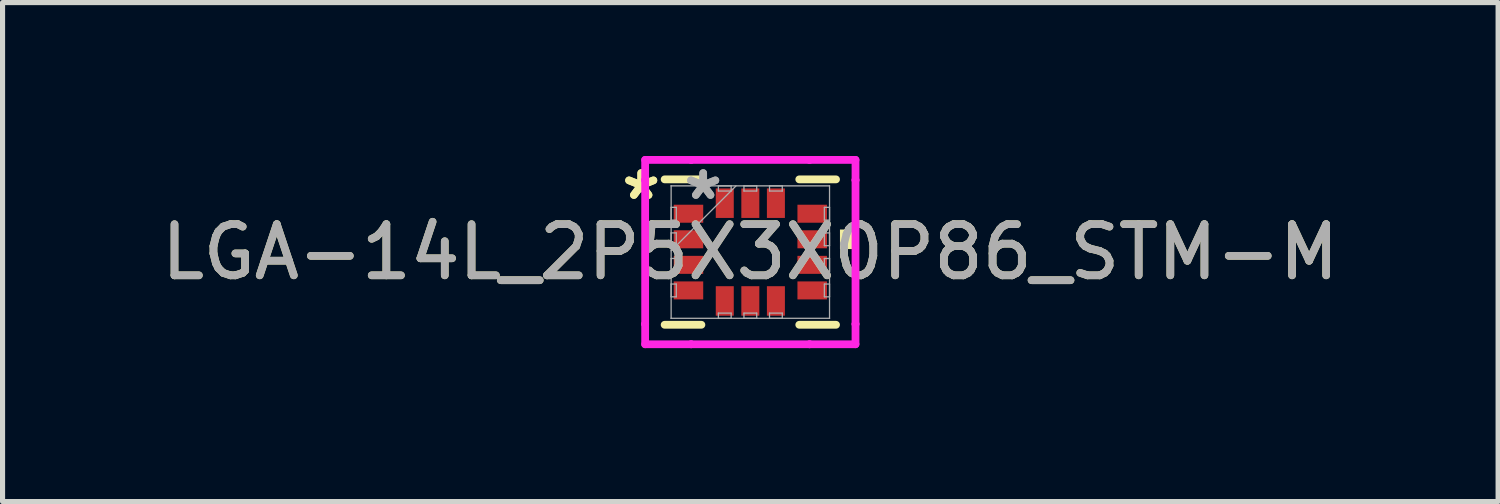
<source format=kicad_pcb>
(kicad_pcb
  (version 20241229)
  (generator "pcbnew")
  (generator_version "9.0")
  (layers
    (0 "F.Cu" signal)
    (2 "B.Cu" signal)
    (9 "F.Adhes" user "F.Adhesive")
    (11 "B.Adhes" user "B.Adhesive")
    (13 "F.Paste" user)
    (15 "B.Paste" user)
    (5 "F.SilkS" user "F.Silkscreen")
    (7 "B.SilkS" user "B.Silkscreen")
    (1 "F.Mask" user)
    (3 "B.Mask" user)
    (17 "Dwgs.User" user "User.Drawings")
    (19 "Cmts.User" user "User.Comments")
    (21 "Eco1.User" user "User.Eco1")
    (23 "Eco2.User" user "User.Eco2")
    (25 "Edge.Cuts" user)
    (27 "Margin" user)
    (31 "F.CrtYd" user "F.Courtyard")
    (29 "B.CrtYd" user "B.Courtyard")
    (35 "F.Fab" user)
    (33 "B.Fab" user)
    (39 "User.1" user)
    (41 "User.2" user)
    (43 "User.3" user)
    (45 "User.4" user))
  (footprint "LGA-14L_2P5X3X0P86_STM-M"
    (layer "F.Cu")
    (at 11.625 1.88)
    (property "Reference" "LGA-14L_2P5X3X0P86_STM-M" (at 0 0 0) (unlocked yes) (layer "F.SilkS") (effects (font (size 1 1) (thickness 0.15))))
    (attr smd)
    (fp_line (start -1.676 1.422) (end -0.957 1.422) (stroke (width 0.152) (type solid)) (layer "F.SilkS"))
    (fp_line (start -0.957 -1.422) (end -1.676 -1.422) (stroke (width 0.152) (type solid)) (layer "F.SilkS"))
    (fp_line (start 0.957 1.422) (end 1.676 1.422) (stroke (width 0.152) (type solid)) (layer "F.SilkS"))
    (fp_line (start 1.676 -1.422) (end 0.957 -1.422) (stroke (width 0.152) (type solid)) (layer "F.SilkS"))
    (fp_poly (pts (xy 2.007 -0.441) (xy 2.007 -0.059) (xy 1.753 -0.059) (xy 1.753 -0.441)) (stroke (width 0) (type solid)) (fill yes) (layer "F.SilkS"))
    (fp_line (start -2.057 -1.803) (end -1.158 -1.803) (stroke (width 0.152) (type solid)) (layer "F.CrtYd"))
    (fp_line (start -2.057 -1.408) (end -2.057 -1.803) (stroke (width 0.152) (type solid)) (layer "F.CrtYd"))
    (fp_line (start -2.057 -1.408) (end -2.057 -1.408) (stroke (width 0.152) (type solid)) (layer "F.CrtYd"))
    (fp_line (start -2.057 1.408) (end -2.057 -1.408) (stroke (width 0.152) (type solid)) (layer "F.CrtYd"))
    (fp_line (start -2.057 1.408) (end -2.057 1.408) (stroke (width 0.152) (type solid)) (layer "F.CrtYd"))
    (fp_line (start -2.057 1.803) (end -2.057 1.408) (stroke (width 0.152) (type solid)) (layer "F.CrtYd"))
    (fp_line (start -1.158 -1.803) (end -1.158 -1.803) (stroke (width 0.152) (type solid)) (layer "F.CrtYd"))
    (fp_line (start -1.158 -1.803) (end 1.158 -1.803) (stroke (width 0.152) (type solid)) (layer "F.CrtYd"))
    (fp_line (start -1.158 1.803) (end -2.057 1.803) (stroke (width 0.152) (type solid)) (layer "F.CrtYd"))
    (fp_line (start -1.158 1.803) (end -1.158 1.803) (stroke (width 0.152) (type solid)) (layer "F.CrtYd"))
    (fp_line (start 1.158 -1.803) (end 1.158 -1.803) (stroke (width 0.152) (type solid)) (layer "F.CrtYd"))
    (fp_line (start 1.158 -1.803) (end 2.057 -1.803) (stroke (width 0.152) (type solid)) (layer "F.CrtYd"))
    (fp_line (start 1.158 1.803) (end -1.158 1.803) (stroke (width 0.152) (type solid)) (layer "F.CrtYd"))
    (fp_line (start 1.158 1.803) (end 1.158 1.803) (stroke (width 0.152) (type solid)) (layer "F.CrtYd"))
    (fp_line (start 2.057 -1.803) (end 2.057 -1.408) (stroke (width 0.152) (type solid)) (layer "F.CrtYd"))
    (fp_line (start 2.057 -1.408) (end 2.057 -1.408) (stroke (width 0.152) (type solid)) (layer "F.CrtYd"))
    (fp_line (start 2.057 -1.408) (end 2.057 1.408) (stroke (width 0.152) (type solid)) (layer "F.CrtYd"))
    (fp_line (start 2.057 1.408) (end 2.057 1.408) (stroke (width 0.152) (type solid)) (layer "F.CrtYd"))
    (fp_line (start 2.057 1.408) (end 2.057 1.803) (stroke (width 0.152) (type solid)) (layer "F.CrtYd"))
    (fp_line (start 2.057 1.803) (end 1.158 1.803) (stroke (width 0.152) (type solid)) (layer "F.CrtYd"))
    (fp_line (start -1.549 -1.295) (end -1.549 -1.295) (stroke (width 0.025) (type solid)) (layer "F.Fab"))
    (fp_line (start -1.549 -1.295) (end -1.549 1.295) (stroke (width 0.025) (type solid)) (layer "F.Fab"))
    (fp_line (start -1.549 -0.875) (end -1.448 -0.875) (stroke (width 0.025) (type solid)) (layer "F.Fab"))
    (fp_line (start -1.549 -0.625) (end -1.549 -0.875) (stroke (width 0.025) (type solid)) (layer "F.Fab"))
    (fp_line (start -1.549 -0.375) (end -1.448 -0.375) (stroke (width 0.025) (type solid)) (layer "F.Fab"))
    (fp_line (start -1.549 -0.125) (end -1.549 -0.375) (stroke (width 0.025) (type solid)) (layer "F.Fab"))
    (fp_line (start -1.549 -0.025) (end -0.279 -1.295) (stroke (width 0.025) (type solid)) (layer "F.Fab"))
    (fp_line (start -1.549 0.125) (end -1.448 0.125) (stroke (width 0.025) (type solid)) (layer "F.Fab"))
    (fp_line (start -1.549 0.375) (end -1.549 0.125) (stroke (width 0.025) (type solid)) (layer "F.Fab"))
    (fp_line (start -1.549 0.625) (end -1.448 0.625) (stroke (width 0.025) (type solid)) (layer "F.Fab"))
    (fp_line (start -1.549 0.875) (end -1.549 0.625) (stroke (width 0.025) (type solid)) (layer "F.Fab"))
    (fp_line (start -1.549 1.295) (end -1.549 1.295) (stroke (width 0.025) (type solid)) (layer "F.Fab"))
    (fp_line (start -1.549 1.295) (end 1.549 1.295) (stroke (width 0.025) (type solid)) (layer "F.Fab"))
    (fp_line (start -1.448 -0.875) (end -1.448 -0.625) (stroke (width 0.025) (type solid)) (layer "F.Fab"))
    (fp_line (start -1.448 -0.625) (end -1.549 -0.625) (stroke (width 0.025) (type solid)) (layer "F.Fab"))
    (fp_line (start -1.448 -0.375) (end -1.448 -0.125) (stroke (width 0.025) (type solid)) (layer "F.Fab"))
    (fp_line (start -1.448 -0.125) (end -1.549 -0.125) (stroke (width 0.025) (type solid)) (layer "F.Fab"))
    (fp_line (start -1.448 0.125) (end -1.448 0.375) (stroke (width 0.025) (type solid)) (layer "F.Fab"))
    (fp_line (start -1.448 0.375) (end -1.549 0.375) (stroke (width 0.025) (type solid)) (layer "F.Fab"))
    (fp_line (start -1.448 0.625) (end -1.448 0.875) (stroke (width 0.025) (type solid)) (layer "F.Fab"))
    (fp_line (start -1.448 0.875) (end -1.549 0.875) (stroke (width 0.025) (type solid)) (layer "F.Fab"))
    (fp_line (start -0.625 -1.295) (end -0.375 -1.295) (stroke (width 0.025) (type solid)) (layer "F.Fab"))
    (fp_line (start -0.625 -1.194) (end -0.625 -1.295) (stroke (width 0.025) (type solid)) (layer "F.Fab"))
    (fp_line (start -0.625 1.194) (end -0.375 1.194) (stroke (width 0.025) (type solid)) (layer "F.Fab"))
    (fp_line (start -0.625 1.295) (end -0.625 1.194) (stroke (width 0.025) (type solid)) (layer "F.Fab"))
    (fp_line (start -0.375 -1.295) (end -0.375 -1.194) (stroke (width 0.025) (type solid)) (layer "F.Fab"))
    (fp_line (start -0.375 -1.194) (end -0.625 -1.194) (stroke (width 0.025) (type solid)) (layer "F.Fab"))
    (fp_line (start -0.375 1.194) (end -0.375 1.295) (stroke (width 0.025) (type solid)) (layer "F.Fab"))
    (fp_line (start -0.375 1.295) (end -0.625 1.295) (stroke (width 0.025) (type solid)) (layer "F.Fab"))
    (fp_line (start -0.125 -1.295) (end 0.125 -1.295) (stroke (width 0.025) (type solid)) (layer "F.Fab"))
    (fp_line (start -0.125 -1.194) (end -0.125 -1.295) (stroke (width 0.025) (type solid)) (layer "F.Fab"))
    (fp_line (start -0.125 1.194) (end 0.125 1.194) (stroke (width 0.025) (type solid)) (layer "F.Fab"))
    (fp_line (start -0.125 1.295) (end -0.125 1.194) (stroke (width 0.025) (type solid)) (layer "F.Fab"))
    (fp_line (start 0.125 -1.295) (end 0.125 -1.194) (stroke (width 0.025) (type solid)) (layer "F.Fab"))
    (fp_line (start 0.125 -1.194) (end -0.125 -1.194) (stroke (width 0.025) (type solid)) (layer "F.Fab"))
    (fp_line (start 0.125 1.194) (end 0.125 1.295) (stroke (width 0.025) (type solid)) (layer "F.Fab"))
    (fp_line (start 0.125 1.295) (end -0.125 1.295) (stroke (width 0.025) (type solid)) (layer "F.Fab"))
    (fp_line (start 0.375 -1.295) (end 0.625 -1.295) (stroke (width 0.025) (type solid)) (layer "F.Fab"))
    (fp_line (start 0.375 -1.194) (end 0.375 -1.295) (stroke (width 0.025) (type solid)) (layer "F.Fab"))
    (fp_line (start 0.375 1.194) (end 0.625 1.194) (stroke (width 0.025) (type solid)) (layer "F.Fab"))
    (fp_line (start 0.375 1.295) (end 0.375 1.194) (stroke (width 0.025) (type solid)) (layer "F.Fab"))
    (fp_line (start 0.625 -1.295) (end 0.625 -1.194) (stroke (width 0.025) (type solid)) (layer "F.Fab"))
    (fp_line (start 0.625 -1.194) (end 0.375 -1.194) (stroke (width 0.025) (type solid)) (layer "F.Fab"))
    (fp_line (start 0.625 1.194) (end 0.625 1.295) (stroke (width 0.025) (type solid)) (layer "F.Fab"))
    (fp_line (start 0.625 1.295) (end 0.375 1.295) (stroke (width 0.025) (type solid)) (layer "F.Fab"))
    (fp_line (start 1.448 -0.875) (end 1.549 -0.875) (stroke (width 0.025) (type solid)) (layer "F.Fab"))
    (fp_line (start 1.448 -0.625) (end 1.448 -0.875) (stroke (width 0.025) (type solid)) (layer "F.Fab"))
    (fp_line (start 1.448 -0.375) (end 1.549 -0.375) (stroke (width 0.025) (type solid)) (layer "F.Fab"))
    (fp_line (start 1.448 -0.125) (end 1.448 -0.375) (stroke (width 0.025) (type solid)) (layer "F.Fab"))
    (fp_line (start 1.448 0.125) (end 1.549 0.125) (stroke (width 0.025) (type solid)) (layer "F.Fab"))
    (fp_line (start 1.448 0.375) (end 1.448 0.125) (stroke (width 0.025) (type solid)) (layer "F.Fab"))
    (fp_line (start 1.448 0.625) (end 1.549 0.625) (stroke (width 0.025) (type solid)) (layer "F.Fab"))
    (fp_line (start 1.448 0.875) (end 1.448 0.625) (stroke (width 0.025) (type solid)) (layer "F.Fab"))
    (fp_line (start 1.549 -1.295) (end -1.549 -1.295) (stroke (width 0.025) (type solid)) (layer "F.Fab"))
    (fp_line (start 1.549 -1.295) (end 1.549 -1.295) (stroke (width 0.025) (type solid)) (layer "F.Fab"))
    (fp_line (start 1.549 -0.875) (end 1.549 -0.625) (stroke (width 0.025) (type solid)) (layer "F.Fab"))
    (fp_line (start 1.549 -0.625) (end 1.448 -0.625) (stroke (width 0.025) (type solid)) (layer "F.Fab"))
    (fp_line (start 1.549 -0.375) (end 1.549 -0.125) (stroke (width 0.025) (type solid)) (layer "F.Fab"))
    (fp_line (start 1.549 -0.125) (end 1.448 -0.125) (stroke (width 0.025) (type solid)) (layer "F.Fab"))
    (fp_line (start 1.549 0.125) (end 1.549 0.375) (stroke (width 0.025) (type solid)) (layer "F.Fab"))
    (fp_line (start 1.549 0.375) (end 1.448 0.375) (stroke (width 0.025) (type solid)) (layer "F.Fab"))
    (fp_line (start 1.549 0.625) (end 1.549 0.875) (stroke (width 0.025) (type solid)) (layer "F.Fab"))
    (fp_line (start 1.549 0.875) (end 1.448 0.875) (stroke (width 0.025) (type solid)) (layer "F.Fab"))
    (fp_line (start 1.549 1.295) (end 1.549 -1.295) (stroke (width 0.025) (type solid)) (layer "F.Fab"))
    (fp_line (start 1.549 1.295) (end 1.549 1.295) (stroke (width 0.025) (type solid)) (layer "F.Fab"))
    (fp_text user "*" (at -2.134 -1 0) (layer "F.SilkS") (effects (font (size 1 1) (thickness 0.15))))
    (fp_text user "*" (at -2.134 -1 0) (unlocked yes) (layer "F.SilkS") (effects (font (size 1 1) (thickness 0.15))))
    (fp_text user "${REFERENCE}" (at 0 0 0) (unlocked yes) (layer "F.Fab") (effects (font (size 1 1) (thickness 0.15))))
    (fp_text user "*" (at -0.922 -1 0) (layer "F.Fab") (effects (font (size 1 1) (thickness 0.15))))
    (fp_text user "*" (at -0.922 -1 0) (unlocked yes) (layer "F.Fab") (effects (font (size 1 1) (thickness 0.15))))
    (pad "1" smd rect (at -1.21 -0.75 90) (size 0.352 0.577) (layers "F.Cu" "F.Mask" "F.Paste"))
    (pad "2" smd rect (at -1.21 -0.25 90) (size 0.352 0.577) (layers "F.Cu" "F.Mask" "F.Paste"))
    (pad "3" smd rect (at -1.21 0.25 90) (size 0.352 0.577) (layers "F.Cu" "F.Mask" "F.Paste"))
    (pad "4" smd rect (at -1.21 0.75 90) (size 0.352 0.577) (layers "F.Cu" "F.Mask" "F.Paste"))
    (pad "5" smd rect (at -0.5 0.956) (size 0.352 0.577) (layers "F.Cu" "F.Mask" "F.Paste"))
    (pad "6" smd rect (at 0 0.956) (size 0.352 0.577) (layers "F.Cu" "F.Mask" "F.Paste"))
    (pad "7" smd rect (at 0.5 0.956) (size 0.352 0.577) (layers "F.Cu" "F.Mask" "F.Paste"))
    (pad "8" smd rect (at 1.21 0.75 90) (size 0.352 0.577) (layers "F.Cu" "F.Mask" "F.Paste"))
    (pad "9" smd rect (at 1.21 0.25 90) (size 0.352 0.577) (layers "F.Cu" "F.Mask" "F.Paste"))
    (pad "10" smd rect (at 1.21 -0.25 90) (size 0.352 0.577) (layers "F.Cu" "F.Mask" "F.Paste"))
    (pad "11" smd rect (at 1.21 -0.75 90) (size 0.352 0.577) (layers "F.Cu" "F.Mask" "F.Paste"))
    (pad "12" smd rect (at 0.5 -0.956) (size 0.352 0.577) (layers "F.Cu" "F.Mask" "F.Paste"))
    (pad "13" smd rect (at 0 -0.956) (size 0.352 0.577) (layers "F.Cu" "F.Mask" "F.Paste"))
    (pad "14" smd rect (at -0.5 -0.956) (size 0.352 0.577) (layers "F.Cu" "F.Mask" "F.Paste")))
  (gr_rect
    (start -3 -3)
    (end 26.25 6.759)
    (stroke (width 0.1) (type default))
    (fill no)
    (layer "Edge.Cuts")))
</source>
